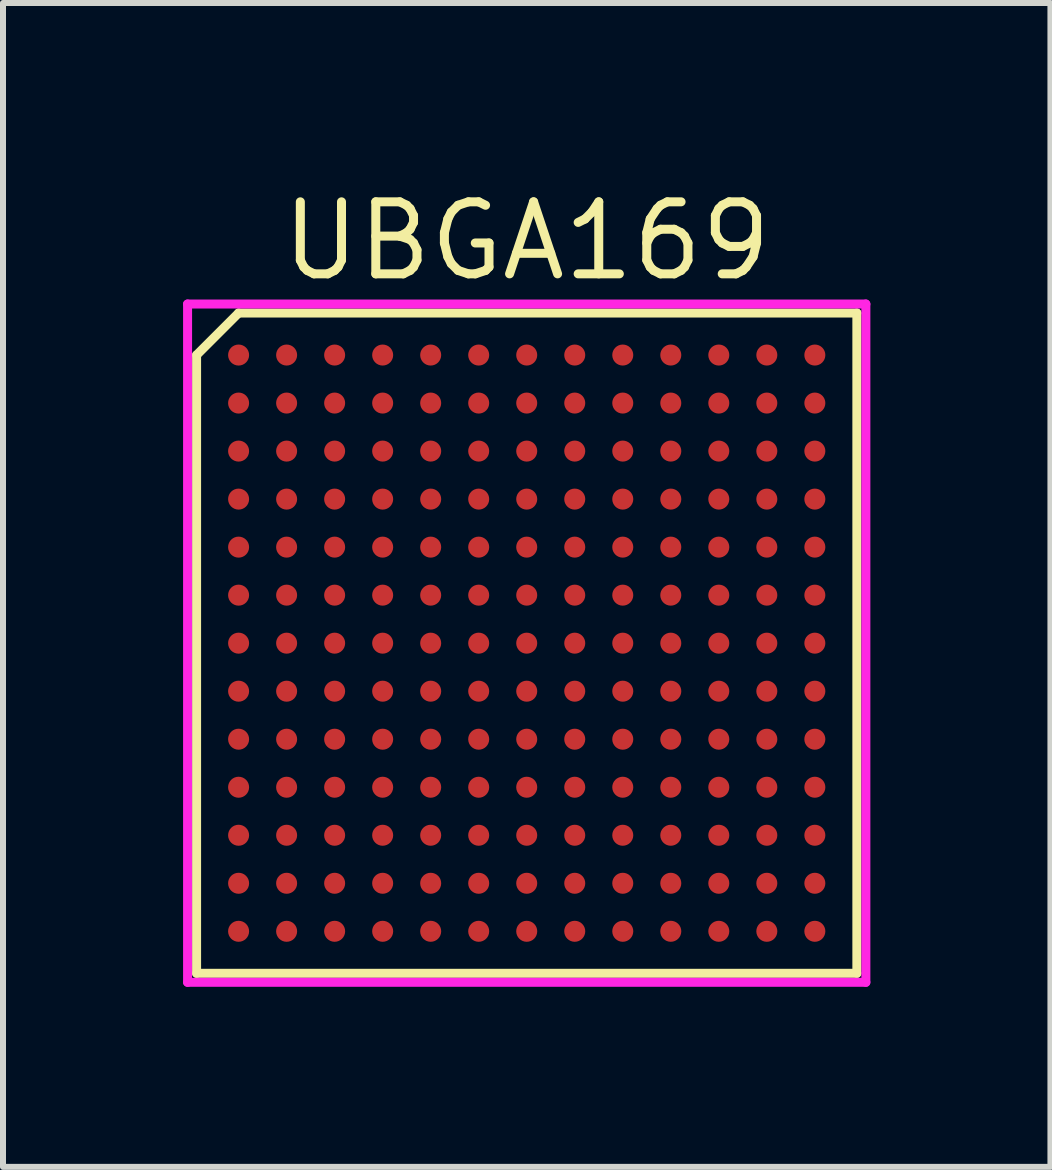
<source format=kicad_pcb>
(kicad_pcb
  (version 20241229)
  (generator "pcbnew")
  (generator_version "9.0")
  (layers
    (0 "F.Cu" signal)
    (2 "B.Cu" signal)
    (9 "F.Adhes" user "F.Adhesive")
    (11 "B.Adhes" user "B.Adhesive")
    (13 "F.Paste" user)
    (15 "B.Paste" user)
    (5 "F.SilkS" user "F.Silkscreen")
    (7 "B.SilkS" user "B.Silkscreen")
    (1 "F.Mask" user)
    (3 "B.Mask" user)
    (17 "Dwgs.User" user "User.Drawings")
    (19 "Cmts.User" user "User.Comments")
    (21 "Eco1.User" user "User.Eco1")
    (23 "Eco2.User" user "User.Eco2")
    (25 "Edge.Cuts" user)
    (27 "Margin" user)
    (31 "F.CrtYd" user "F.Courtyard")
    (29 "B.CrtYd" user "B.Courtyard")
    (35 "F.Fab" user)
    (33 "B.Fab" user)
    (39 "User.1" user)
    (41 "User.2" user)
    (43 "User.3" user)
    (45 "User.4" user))
  (footprint "UBGA169"
    (layer "F.Cu")
    (at 5.725 7.665)
    (property "Reference" "UBGA169" (at 0 -6.7 0) (layer "F.SilkS") (effects (font (size 1.2 1.2) (thickness 0.15))))
    (attr through_hole)
    (fp_line (start -5.5 -4.8) (end -5.5 5.5) (stroke (width 0.15) (type solid)) (layer "F.SilkS"))
    (fp_line (start -5.5 5.5) (end 5.5 5.5) (stroke (width 0.15) (type solid)) (layer "F.SilkS"))
    (fp_line (start -4.8 -5.5) (end -5.5 -4.8) (stroke (width 0.15) (type solid)) (layer "F.SilkS"))
    (fp_line (start 5.5 -5.5) (end -4.8 -5.5) (stroke (width 0.15) (type solid)) (layer "F.SilkS"))
    (fp_line (start 5.5 5.5) (end 5.5 -5.5) (stroke (width 0.15) (type solid)) (layer "F.SilkS"))
    (fp_line (start -5.65 -5.65) (end 5.65 -5.65) (stroke (width 0.15) (type solid)) (layer "F.CrtYd"))
    (fp_line (start -5.65 5.65) (end -5.65 -5.65) (stroke (width 0.15) (type solid)) (layer "F.CrtYd"))
    (fp_line (start 5.65 -5.65) (end 5.65 5.65) (stroke (width 0.15) (type solid)) (layer "F.CrtYd"))
    (fp_line (start 5.65 5.65) (end -5.65 5.65) (stroke (width 0.15) (type solid)) (layer "F.CrtYd"))
    (pad "A1" smd circle (at -4.8 -4.8) (size 0.35 0.35) (layers "F.Cu" "F.Mask" "F.Paste"))
    (pad "A2" smd circle (at -4 -4.8) (size 0.35 0.35) (layers "F.Cu" "F.Mask" "F.Paste"))
    (pad "A3" smd circle (at -3.2 -4.8) (size 0.35 0.35) (layers "F.Cu" "F.Mask" "F.Paste"))
    (pad "A4" smd circle (at -2.4 -4.8) (size 0.35 0.35) (layers "F.Cu" "F.Mask" "F.Paste"))
    (pad "A5" smd circle (at -1.6 -4.8) (size 0.35 0.35) (layers "F.Cu" "F.Mask" "F.Paste"))
    (pad "A6" smd circle (at -0.8 -4.8) (size 0.35 0.35) (layers "F.Cu" "F.Mask" "F.Paste"))
    (pad "A7" smd circle (at 0 -4.8) (size 0.35 0.35) (layers "F.Cu" "F.Mask" "F.Paste"))
    (pad "A8" smd circle (at 0.8 -4.8) (size 0.35 0.35) (layers "F.Cu" "F.Mask" "F.Paste"))
    (pad "A9" smd circle (at 1.6 -4.8) (size 0.35 0.35) (layers "F.Cu" "F.Mask" "F.Paste"))
    (pad "A10" smd circle (at 2.4 -4.8) (size 0.35 0.35) (layers "F.Cu" "F.Mask" "F.Paste"))
    (pad "A11" smd circle (at 3.2 -4.8) (size 0.35 0.35) (layers "F.Cu" "F.Mask" "F.Paste"))
    (pad "A12" smd circle (at 4 -4.8) (size 0.35 0.35) (layers "F.Cu" "F.Mask" "F.Paste"))
    (pad "A13" smd circle (at 4.8 -4.8) (size 0.35 0.35) (layers "F.Cu" "F.Mask" "F.Paste"))
    (pad "B1" smd circle (at -4.8 -4) (size 0.35 0.35) (layers "F.Cu" "F.Mask" "F.Paste"))
    (pad "B2" smd circle (at -4 -4) (size 0.35 0.35) (layers "F.Cu" "F.Mask" "F.Paste"))
    (pad "B3" smd circle (at -3.2 -4) (size 0.35 0.35) (layers "F.Cu" "F.Mask" "F.Paste"))
    (pad "B4" smd circle (at -2.4 -4) (size 0.35 0.35) (layers "F.Cu" "F.Mask" "F.Paste"))
    (pad "B5" smd circle (at -1.6 -4) (size 0.35 0.35) (layers "F.Cu" "F.Mask" "F.Paste"))
    (pad "B6" smd circle (at -0.8 -4) (size 0.35 0.35) (layers "F.Cu" "F.Mask" "F.Paste"))
    (pad "B7" smd circle (at 0 -4) (size 0.35 0.35) (layers "F.Cu" "F.Mask" "F.Paste"))
    (pad "B8" smd circle (at 0.8 -4) (size 0.35 0.35) (layers "F.Cu" "F.Mask" "F.Paste"))
    (pad "B9" smd circle (at 1.6 -4) (size 0.35 0.35) (layers "F.Cu" "F.Mask" "F.Paste"))
    (pad "B10" smd circle (at 2.4 -4) (size 0.35 0.35) (layers "F.Cu" "F.Mask" "F.Paste"))
    (pad "B11" smd circle (at 3.2 -4) (size 0.35 0.35) (layers "F.Cu" "F.Mask" "F.Paste"))
    (pad "B12" smd circle (at 4 -4) (size 0.35 0.35) (layers "F.Cu" "F.Mask" "F.Paste"))
    (pad "B13" smd circle (at 4.8 -4) (size 0.35 0.35) (layers "F.Cu" "F.Mask" "F.Paste"))
    (pad "C1" smd circle (at -4.8 -3.2) (size 0.35 0.35) (layers "F.Cu" "F.Mask" "F.Paste"))
    (pad "C2" smd circle (at -4 -3.2) (size 0.35 0.35) (layers "F.Cu" "F.Mask" "F.Paste"))
    (pad "C3" smd circle (at -3.2 -3.2) (size 0.35 0.35) (layers "F.Cu" "F.Mask" "F.Paste"))
    (pad "C4" smd circle (at -2.4 -3.2) (size 0.35 0.35) (layers "F.Cu" "F.Mask" "F.Paste"))
    (pad "C5" smd circle (at -1.6 -3.2) (size 0.35 0.35) (layers "F.Cu" "F.Mask" "F.Paste"))
    (pad "C6" smd circle (at -0.8 -3.2) (size 0.35 0.35) (layers "F.Cu" "F.Mask" "F.Paste"))
    (pad "C7" smd circle (at 0 -3.2) (size 0.35 0.35) (layers "F.Cu" "F.Mask" "F.Paste"))
    (pad "C8" smd circle (at 0.8 -3.2) (size 0.35 0.35) (layers "F.Cu" "F.Mask" "F.Paste"))
    (pad "C9" smd circle (at 1.6 -3.2) (size 0.35 0.35) (layers "F.Cu" "F.Mask" "F.Paste"))
    (pad "C10" smd circle (at 2.4 -3.2) (size 0.35 0.35) (layers "F.Cu" "F.Mask" "F.Paste"))
    (pad "C11" smd circle (at 3.2 -3.2) (size 0.35 0.35) (layers "F.Cu" "F.Mask" "F.Paste"))
    (pad "C12" smd circle (at 4 -3.2) (size 0.35 0.35) (layers "F.Cu" "F.Mask" "F.Paste"))
    (pad "C13" smd circle (at 4.8 -3.2) (size 0.35 0.35) (layers "F.Cu" "F.Mask" "F.Paste"))
    (pad "D1" smd circle (at -4.8 -2.4) (size 0.35 0.35) (layers "F.Cu" "F.Mask" "F.Paste"))
    (pad "D2" smd circle (at -4 -2.4) (size 0.35 0.35) (layers "F.Cu" "F.Mask" "F.Paste"))
    (pad "D3" smd circle (at -3.2 -2.4) (size 0.35 0.35) (layers "F.Cu" "F.Mask" "F.Paste"))
    (pad "D4" smd circle (at -2.4 -2.4) (size 0.35 0.35) (layers "F.Cu" "F.Mask" "F.Paste"))
    (pad "D5" smd circle (at -1.6 -2.4) (size 0.35 0.35) (layers "F.Cu" "F.Mask" "F.Paste"))
    (pad "D6" smd circle (at -0.8 -2.4) (size 0.35 0.35) (layers "F.Cu" "F.Mask" "F.Paste"))
    (pad "D7" smd circle (at 0 -2.4) (size 0.35 0.35) (layers "F.Cu" "F.Mask" "F.Paste"))
    (pad "D8" smd circle (at 0.8 -2.4) (size 0.35 0.35) (layers "F.Cu" "F.Mask" "F.Paste"))
    (pad "D9" smd circle (at 1.6 -2.4) (size 0.35 0.35) (layers "F.Cu" "F.Mask" "F.Paste"))
    (pad "D10" smd circle (at 2.4 -2.4) (size 0.35 0.35) (layers "F.Cu" "F.Mask" "F.Paste"))
    (pad "D11" smd circle (at 3.2 -2.4) (size 0.35 0.35) (layers "F.Cu" "F.Mask" "F.Paste"))
    (pad "D12" smd circle (at 4 -2.4) (size 0.35 0.35) (layers "F.Cu" "F.Mask" "F.Paste"))
    (pad "D13" smd circle (at 4.8 -2.4) (size 0.35 0.35) (layers "F.Cu" "F.Mask" "F.Paste"))
    (pad "E1" smd circle (at -4.8 -1.6) (size 0.35 0.35) (layers "F.Cu" "F.Mask" "F.Paste"))
    (pad "E2" smd circle (at -4 -1.6) (size 0.35 0.35) (layers "F.Cu" "F.Mask" "F.Paste"))
    (pad "E3" smd circle (at -3.2 -1.6) (size 0.35 0.35) (layers "F.Cu" "F.Mask" "F.Paste"))
    (pad "E4" smd circle (at -2.4 -1.6) (size 0.35 0.35) (layers "F.Cu" "F.Mask" "F.Paste"))
    (pad "E5" smd circle (at -1.6 -1.6) (size 0.35 0.35) (layers "F.Cu" "F.Mask" "F.Paste"))
    (pad "E6" smd circle (at -0.8 -1.6) (size 0.35 0.35) (layers "F.Cu" "F.Mask" "F.Paste"))
    (pad "E7" smd circle (at 0 -1.6) (size 0.35 0.35) (layers "F.Cu" "F.Mask" "F.Paste"))
    (pad "E8" smd circle (at 0.8 -1.6) (size 0.35 0.35) (layers "F.Cu" "F.Mask" "F.Paste"))
    (pad "E9" smd circle (at 1.6 -1.6) (size 0.35 0.35) (layers "F.Cu" "F.Mask" "F.Paste"))
    (pad "E10" smd circle (at 2.4 -1.6) (size 0.35 0.35) (layers "F.Cu" "F.Mask" "F.Paste"))
    (pad "E11" smd circle (at 3.2 -1.6) (size 0.35 0.35) (layers "F.Cu" "F.Mask" "F.Paste"))
    (pad "E12" smd circle (at 4 -1.6) (size 0.35 0.35) (layers "F.Cu" "F.Mask" "F.Paste"))
    (pad "E13" smd circle (at 4.8 -1.6) (size 0.35 0.35) (layers "F.Cu" "F.Mask" "F.Paste"))
    (pad "F1" smd circle (at -4.8 -0.8) (size 0.35 0.35) (layers "F.Cu" "F.Mask" "F.Paste"))
    (pad "F2" smd circle (at -4 -0.8) (size 0.35 0.35) (layers "F.Cu" "F.Mask" "F.Paste"))
    (pad "F3" smd circle (at -3.2 -0.8) (size 0.35 0.35) (layers "F.Cu" "F.Mask" "F.Paste"))
    (pad "F4" smd circle (at -2.4 -0.8) (size 0.35 0.35) (layers "F.Cu" "F.Mask" "F.Paste"))
    (pad "F5" smd circle (at -1.6 -0.8) (size 0.35 0.35) (layers "F.Cu" "F.Mask" "F.Paste"))
    (pad "F6" smd circle (at -0.8 -0.8) (size 0.35 0.35) (layers "F.Cu" "F.Mask" "F.Paste"))
    (pad "F7" smd circle (at 0 -0.8) (size 0.35 0.35) (layers "F.Cu" "F.Mask" "F.Paste"))
    (pad "F8" smd circle (at 0.8 -0.8) (size 0.35 0.35) (layers "F.Cu" "F.Mask" "F.Paste"))
    (pad "F9" smd circle (at 1.6 -0.8) (size 0.35 0.35) (layers "F.Cu" "F.Mask" "F.Paste"))
    (pad "F10" smd circle (at 2.4 -0.8) (size 0.35 0.35) (layers "F.Cu" "F.Mask" "F.Paste"))
    (pad "F11" smd circle (at 3.2 -0.8) (size 0.35 0.35) (layers "F.Cu" "F.Mask" "F.Paste"))
    (pad "F12" smd circle (at 4 -0.8) (size 0.35 0.35) (layers "F.Cu" "F.Mask" "F.Paste"))
    (pad "F13" smd circle (at 4.8 -0.8) (size 0.35 0.35) (layers "F.Cu" "F.Mask" "F.Paste"))
    (pad "G1" smd circle (at -4.8 0) (size 0.35 0.35) (layers "F.Cu" "F.Mask" "F.Paste"))
    (pad "G2" smd circle (at -4 0) (size 0.35 0.35) (layers "F.Cu" "F.Mask" "F.Paste"))
    (pad "G3" smd circle (at -3.2 0) (size 0.35 0.35) (layers "F.Cu" "F.Mask" "F.Paste"))
    (pad "G4" smd circle (at -2.4 0) (size 0.35 0.35) (layers "F.Cu" "F.Mask" "F.Paste"))
    (pad "G5" smd circle (at -1.6 0) (size 0.35 0.35) (layers "F.Cu" "F.Mask" "F.Paste"))
    (pad "G6" smd circle (at -0.8 0) (size 0.35 0.35) (layers "F.Cu" "F.Mask" "F.Paste"))
    (pad "G7" smd circle (at 0 0) (size 0.35 0.35) (layers "F.Cu" "F.Mask" "F.Paste"))
    (pad "G8" smd circle (at 0.8 0) (size 0.35 0.35) (layers "F.Cu" "F.Mask" "F.Paste"))
    (pad "G9" smd circle (at 1.6 0) (size 0.35 0.35) (layers "F.Cu" "F.Mask" "F.Paste"))
    (pad "G10" smd circle (at 2.4 0) (size 0.35 0.35) (layers "F.Cu" "F.Mask" "F.Paste"))
    (pad "G11" smd circle (at 3.2 0) (size 0.35 0.35) (layers "F.Cu" "F.Mask" "F.Paste"))
    (pad "G12" smd circle (at 4 0) (size 0.35 0.35) (layers "F.Cu" "F.Mask" "F.Paste"))
    (pad "G13" smd circle (at 4.8 0) (size 0.35 0.35) (layers "F.Cu" "F.Mask" "F.Paste"))
    (pad "H1" smd circle (at -4.8 0.8) (size 0.35 0.35) (layers "F.Cu" "F.Mask" "F.Paste"))
    (pad "H2" smd circle (at -4 0.8) (size 0.35 0.35) (layers "F.Cu" "F.Mask" "F.Paste"))
    (pad "H3" smd circle (at -3.2 0.8) (size 0.35 0.35) (layers "F.Cu" "F.Mask" "F.Paste"))
    (pad "H4" smd circle (at -2.4 0.8) (size 0.35 0.35) (layers "F.Cu" "F.Mask" "F.Paste"))
    (pad "H5" smd circle (at -1.6 0.8) (size 0.35 0.35) (layers "F.Cu" "F.Mask" "F.Paste"))
    (pad "H6" smd circle (at -0.8 0.8) (size 0.35 0.35) (layers "F.Cu" "F.Mask" "F.Paste"))
    (pad "H7" smd circle (at 0 0.8) (size 0.35 0.35) (layers "F.Cu" "F.Mask" "F.Paste"))
    (pad "H8" smd circle (at 0.8 0.8) (size 0.35 0.35) (layers "F.Cu" "F.Mask" "F.Paste"))
    (pad "H9" smd circle (at 1.6 0.8) (size 0.35 0.35) (layers "F.Cu" "F.Mask" "F.Paste"))
    (pad "H10" smd circle (at 2.4 0.8) (size 0.35 0.35) (layers "F.Cu" "F.Mask" "F.Paste"))
    (pad "H11" smd circle (at 3.2 0.8) (size 0.35 0.35) (layers "F.Cu" "F.Mask" "F.Paste"))
    (pad "H12" smd circle (at 4 0.8) (size 0.35 0.35) (layers "F.Cu" "F.Mask" "F.Paste"))
    (pad "H13" smd circle (at 4.8 0.8) (size 0.35 0.35) (layers "F.Cu" "F.Mask" "F.Paste"))
    (pad "J1" smd circle (at -4.8 1.6) (size 0.35 0.35) (layers "F.Cu" "F.Mask" "F.Paste"))
    (pad "J2" smd circle (at -4 1.6) (size 0.35 0.35) (layers "F.Cu" "F.Mask" "F.Paste"))
    (pad "J3" smd circle (at -3.2 1.6) (size 0.35 0.35) (layers "F.Cu" "F.Mask" "F.Paste"))
    (pad "J4" smd circle (at -2.4 1.6) (size 0.35 0.35) (layers "F.Cu" "F.Mask" "F.Paste"))
    (pad "J5" smd circle (at -1.6 1.6) (size 0.35 0.35) (layers "F.Cu" "F.Mask" "F.Paste"))
    (pad "J6" smd circle (at -0.8 1.6) (size 0.35 0.35) (layers "F.Cu" "F.Mask" "F.Paste"))
    (pad "J7" smd circle (at 0 1.6) (size 0.35 0.35) (layers "F.Cu" "F.Mask" "F.Paste"))
    (pad "J8" smd circle (at 0.8 1.6) (size 0.35 0.35) (layers "F.Cu" "F.Mask" "F.Paste"))
    (pad "J9" smd circle (at 1.6 1.6) (size 0.35 0.35) (layers "F.Cu" "F.Mask" "F.Paste"))
    (pad "J10" smd circle (at 2.4 1.6) (size 0.35 0.35) (layers "F.Cu" "F.Mask" "F.Paste"))
    (pad "J11" smd circle (at 3.2 1.6) (size 0.35 0.35) (layers "F.Cu" "F.Mask" "F.Paste"))
    (pad "J12" smd circle (at 4 1.6) (size 0.35 0.35) (layers "F.Cu" "F.Mask" "F.Paste"))
    (pad "J13" smd circle (at 4.8 1.6) (size 0.35 0.35) (layers "F.Cu" "F.Mask" "F.Paste"))
    (pad "K1" smd circle (at -4.8 2.4) (size 0.35 0.35) (layers "F.Cu" "F.Mask" "F.Paste"))
    (pad "K2" smd circle (at -4 2.4) (size 0.35 0.35) (layers "F.Cu" "F.Mask" "F.Paste"))
    (pad "K3" smd circle (at -3.2 2.4) (size 0.35 0.35) (layers "F.Cu" "F.Mask" "F.Paste"))
    (pad "K4" smd circle (at -2.4 2.4) (size 0.35 0.35) (layers "F.Cu" "F.Mask" "F.Paste"))
    (pad "K5" smd circle (at -1.6 2.4) (size 0.35 0.35) (layers "F.Cu" "F.Mask" "F.Paste"))
    (pad "K6" smd circle (at -0.8 2.4) (size 0.35 0.35) (layers "F.Cu" "F.Mask" "F.Paste"))
    (pad "K7" smd circle (at 0 2.4) (size 0.35 0.35) (layers "F.Cu" "F.Mask" "F.Paste"))
    (pad "K8" smd circle (at 0.8 2.4) (size 0.35 0.35) (layers "F.Cu" "F.Mask" "F.Paste"))
    (pad "K9" smd circle (at 1.6 2.4) (size 0.35 0.35) (layers "F.Cu" "F.Mask" "F.Paste"))
    (pad "K10" smd circle (at 2.4 2.4) (size 0.35 0.35) (layers "F.Cu" "F.Mask" "F.Paste"))
    (pad "K11" smd circle (at 3.2 2.4) (size 0.35 0.35) (layers "F.Cu" "F.Mask" "F.Paste"))
    (pad "K12" smd circle (at 4 2.4) (size 0.35 0.35) (layers "F.Cu" "F.Mask" "F.Paste"))
    (pad "K13" smd circle (at 4.8 2.4) (size 0.35 0.35) (layers "F.Cu" "F.Mask" "F.Paste"))
    (pad "L1" smd circle (at -4.8 3.2) (size 0.35 0.35) (layers "F.Cu" "F.Mask" "F.Paste"))
    (pad "L2" smd circle (at -4 3.2) (size 0.35 0.35) (layers "F.Cu" "F.Mask" "F.Paste"))
    (pad "L3" smd circle (at -3.2 3.2) (size 0.35 0.35) (layers "F.Cu" "F.Mask" "F.Paste"))
    (pad "L4" smd circle (at -2.4 3.2) (size 0.35 0.35) (layers "F.Cu" "F.Mask" "F.Paste"))
    (pad "L5" smd circle (at -1.6 3.2) (size 0.35 0.35) (layers "F.Cu" "F.Mask" "F.Paste"))
    (pad "L6" smd circle (at -0.8 3.2) (size 0.35 0.35) (layers "F.Cu" "F.Mask" "F.Paste"))
    (pad "L7" smd circle (at 0 3.2) (size 0.35 0.35) (layers "F.Cu" "F.Mask" "F.Paste"))
    (pad "L8" smd circle (at 0.8 3.2) (size 0.35 0.35) (layers "F.Cu" "F.Mask" "F.Paste"))
    (pad "L9" smd circle (at 1.6 3.2) (size 0.35 0.35) (layers "F.Cu" "F.Mask" "F.Paste"))
    (pad "L10" smd circle (at 2.4 3.2) (size 0.35 0.35) (layers "F.Cu" "F.Mask" "F.Paste"))
    (pad "L11" smd circle (at 3.2 3.2) (size 0.35 0.35) (layers "F.Cu" "F.Mask" "F.Paste"))
    (pad "L12" smd circle (at 4 3.2) (size 0.35 0.35) (layers "F.Cu" "F.Mask" "F.Paste"))
    (pad "L13" smd circle (at 4.8 3.2) (size 0.35 0.35) (layers "F.Cu" "F.Mask" "F.Paste"))
    (pad "M1" smd circle (at -4.8 4) (size 0.35 0.35) (layers "F.Cu" "F.Mask" "F.Paste"))
    (pad "M2" smd circle (at -4 4) (size 0.35 0.35) (layers "F.Cu" "F.Mask" "F.Paste"))
    (pad "M3" smd circle (at -3.2 4) (size 0.35 0.35) (layers "F.Cu" "F.Mask" "F.Paste"))
    (pad "M4" smd circle (at -2.4 4) (size 0.35 0.35) (layers "F.Cu" "F.Mask" "F.Paste"))
    (pad "M5" smd circle (at -1.6 4) (size 0.35 0.35) (layers "F.Cu" "F.Mask" "F.Paste"))
    (pad "M6" smd circle (at -0.8 4) (size 0.35 0.35) (layers "F.Cu" "F.Mask" "F.Paste"))
    (pad "M7" smd circle (at 0 4) (size 0.35 0.35) (layers "F.Cu" "F.Mask" "F.Paste"))
    (pad "M8" smd circle (at 0.8 4) (size 0.35 0.35) (layers "F.Cu" "F.Mask" "F.Paste"))
    (pad "M9" smd circle (at 1.6 4) (size 0.35 0.35) (layers "F.Cu" "F.Mask" "F.Paste"))
    (pad "M10" smd circle (at 2.4 4) (size 0.35 0.35) (layers "F.Cu" "F.Mask" "F.Paste"))
    (pad "M11" smd circle (at 3.2 4) (size 0.35 0.35) (layers "F.Cu" "F.Mask" "F.Paste"))
    (pad "M12" smd circle (at 4 4) (size 0.35 0.35) (layers "F.Cu" "F.Mask" "F.Paste"))
    (pad "M13" smd circle (at 4.8 4) (size 0.35 0.35) (layers "F.Cu" "F.Mask" "F.Paste"))
    (pad "N1" smd circle (at -4.8 4.8) (size 0.35 0.35) (layers "F.Cu" "F.Mask" "F.Paste"))
    (pad "N2" smd circle (at -4 4.8) (size 0.35 0.35) (layers "F.Cu" "F.Mask" "F.Paste"))
    (pad "N3" smd circle (at -3.2 4.8) (size 0.35 0.35) (layers "F.Cu" "F.Mask" "F.Paste"))
    (pad "N4" smd circle (at -2.4 4.8) (size 0.35 0.35) (layers "F.Cu" "F.Mask" "F.Paste"))
    (pad "N5" smd circle (at -1.6 4.8) (size 0.35 0.35) (layers "F.Cu" "F.Mask" "F.Paste"))
    (pad "N6" smd circle (at -0.8 4.8) (size 0.35 0.35) (layers "F.Cu" "F.Mask" "F.Paste"))
    (pad "N7" smd circle (at 0 4.8) (size 0.35 0.35) (layers "F.Cu" "F.Mask" "F.Paste"))
    (pad "N8" smd circle (at 0.8 4.8) (size 0.35 0.35) (layers "F.Cu" "F.Mask" "F.Paste"))
    (pad "N9" smd circle (at 1.6 4.8) (size 0.35 0.35) (layers "F.Cu" "F.Mask" "F.Paste"))
    (pad "N10" smd circle (at 2.4 4.8) (size 0.35 0.35) (layers "F.Cu" "F.Mask" "F.Paste"))
    (pad "N11" smd circle (at 3.2 4.8) (size 0.35 0.35) (layers "F.Cu" "F.Mask" "F.Paste"))
    (pad "N12" smd circle (at 4 4.8) (size 0.35 0.35) (layers "F.Cu" "F.Mask" "F.Paste"))
    (pad "N13" smd circle (at 4.8 4.8) (size 0.35 0.35) (layers "F.Cu" "F.Mask" "F.Paste")))
  (gr_rect
    (start -3 -3)
    (end 14.45 16.39)
    (stroke (width 0.1) (type default))
    (fill no)
    (layer "Edge.Cuts")))
</source>
